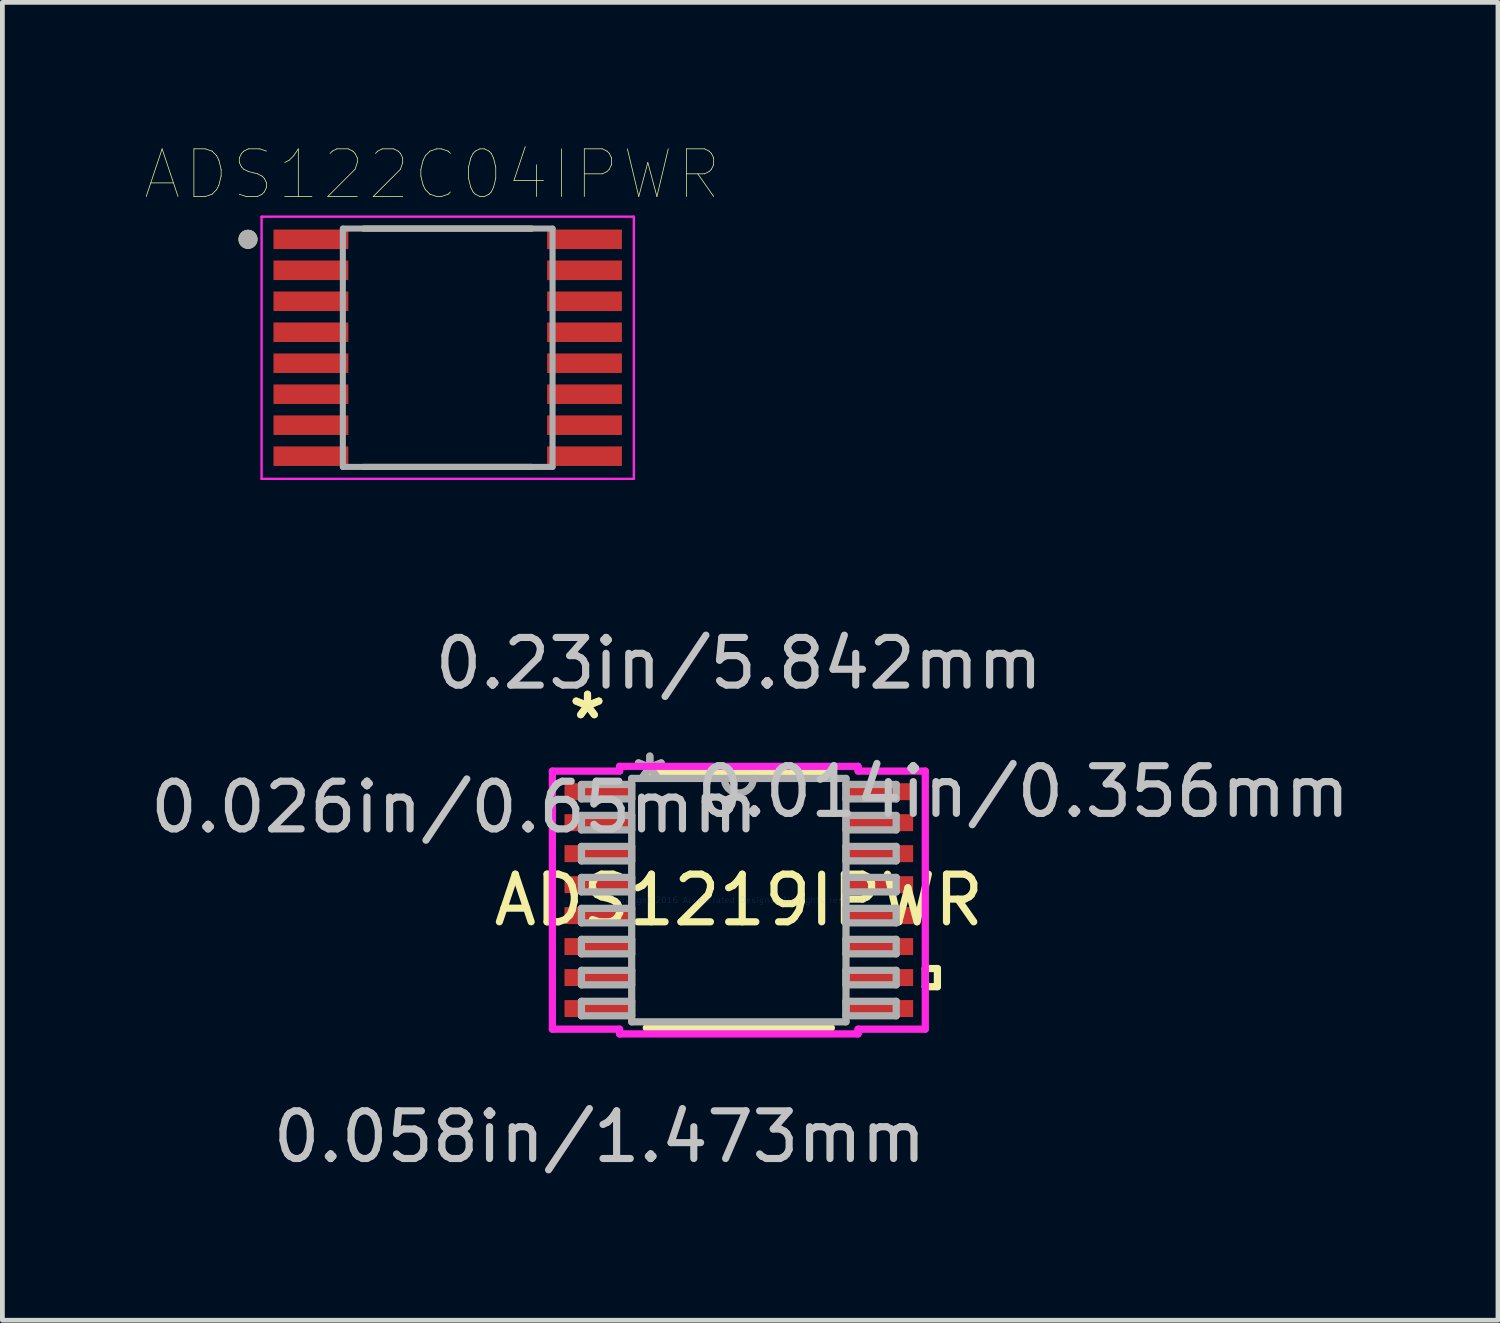
<source format=kicad_pcb>
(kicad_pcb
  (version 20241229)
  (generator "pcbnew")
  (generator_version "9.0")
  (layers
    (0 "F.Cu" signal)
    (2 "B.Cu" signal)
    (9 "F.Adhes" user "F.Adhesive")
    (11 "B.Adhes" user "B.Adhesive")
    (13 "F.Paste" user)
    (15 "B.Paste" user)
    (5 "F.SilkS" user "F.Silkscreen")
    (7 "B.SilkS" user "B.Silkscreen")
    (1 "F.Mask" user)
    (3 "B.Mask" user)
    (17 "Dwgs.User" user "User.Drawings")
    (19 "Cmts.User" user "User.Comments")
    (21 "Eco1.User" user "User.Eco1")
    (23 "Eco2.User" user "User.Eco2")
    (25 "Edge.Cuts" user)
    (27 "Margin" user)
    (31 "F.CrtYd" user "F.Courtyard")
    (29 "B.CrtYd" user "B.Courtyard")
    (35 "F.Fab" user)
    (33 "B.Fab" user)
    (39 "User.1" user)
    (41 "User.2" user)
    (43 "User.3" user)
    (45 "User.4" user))
  (footprint "ADS122C04IPWR"
    (layer "F.Cu")
    (at 6.343 4.246)
    (property "Reference" "ADS122C04IPWR" (at -0.325 -3.635 0) (layer "F.SilkS") (effects (font (size 1 1) (thickness 0.015))))
    (attr through_hole)
    (fp_line (start -1.765 -2.5) (end 1.765 -2.5) (stroke (width 0.127) (type solid)) (layer "F.SilkS"))
    (fp_line (start 1.765 2.5) (end -1.765 2.5) (stroke (width 0.127) (type solid)) (layer "F.SilkS"))
    (fp_circle (center -4.19 -2.275) (end -4.09 -2.275) (stroke (width 0.2) (type solid)) (fill no) (layer "F.SilkS"))
    (fp_line (start -3.905 -2.75) (end -3.905 2.75) (stroke (width 0.05) (type solid)) (layer "F.CrtYd"))
    (fp_line (start -3.905 -2.75) (end 3.905 -2.75) (stroke (width 0.05) (type solid)) (layer "F.CrtYd"))
    (fp_line (start -3.905 2.75) (end 3.905 2.75) (stroke (width 0.05) (type solid)) (layer "F.CrtYd"))
    (fp_line (start 3.905 -2.75) (end 3.905 2.75) (stroke (width 0.05) (type solid)) (layer "F.CrtYd"))
    (fp_line (start -2.2 -2.5) (end -2.2 2.5) (stroke (width 0.127) (type solid)) (layer "F.Fab"))
    (fp_line (start -2.2 -2.5) (end 2.2 -2.5) (stroke (width 0.127) (type solid)) (layer "F.Fab"))
    (fp_line (start -2.2 2.5) (end 2.2 2.5) (stroke (width 0.127) (type solid)) (layer "F.Fab"))
    (fp_line (start 2.2 -2.5) (end 2.2 2.5) (stroke (width 0.127) (type solid)) (layer "F.Fab"))
    (fp_circle (center -4.19 -2.275) (end -4.09 -2.275) (stroke (width 0.2) (type solid)) (fill no) (layer "F.Fab"))
    (pad "1" smd rect (at -2.87 -2.275) (size 1.57 0.41) (layers "F.Cu" "F.Mask" "F.Paste"))
    (pad "2" smd rect (at -2.87 -1.625) (size 1.57 0.41) (layers "F.Cu" "F.Mask" "F.Paste"))
    (pad "3" smd rect (at -2.87 -0.975) (size 1.57 0.41) (layers "F.Cu" "F.Mask" "F.Paste"))
    (pad "4" smd rect (at -2.87 -0.325) (size 1.57 0.41) (layers "F.Cu" "F.Mask" "F.Paste"))
    (pad "5" smd rect (at -2.87 0.325) (size 1.57 0.41) (layers "F.Cu" "F.Mask" "F.Paste"))
    (pad "6" smd rect (at -2.87 0.975) (size 1.57 0.41) (layers "F.Cu" "F.Mask" "F.Paste"))
    (pad "7" smd rect (at -2.87 1.625) (size 1.57 0.41) (layers "F.Cu" "F.Mask" "F.Paste"))
    (pad "8" smd rect (at -2.87 2.275) (size 1.57 0.41) (layers "F.Cu" "F.Mask" "F.Paste"))
    (pad "9" smd rect (at 2.87 2.275) (size 1.57 0.41) (layers "F.Cu" "F.Mask" "F.Paste"))
    (pad "10" smd rect (at 2.87 1.625) (size 1.57 0.41) (layers "F.Cu" "F.Mask" "F.Paste"))
    (pad "11" smd rect (at 2.87 0.975) (size 1.57 0.41) (layers "F.Cu" "F.Mask" "F.Paste"))
    (pad "12" smd rect (at 2.87 0.325) (size 1.57 0.41) (layers "F.Cu" "F.Mask" "F.Paste"))
    (pad "13" smd rect (at 2.87 -0.325) (size 1.57 0.41) (layers "F.Cu" "F.Mask" "F.Paste"))
    (pad "14" smd rect (at 2.87 -0.975) (size 1.57 0.41) (layers "F.Cu" "F.Mask" "F.Paste"))
    (pad "15" smd rect (at 2.87 -1.625) (size 1.57 0.41) (layers "F.Cu" "F.Mask" "F.Paste"))
    (pad "16" smd rect (at 2.87 -2.275) (size 1.57 0.41) (layers "F.Cu" "F.Mask" "F.Paste")))
  (footprint "ADS1219IPWR"
    (layer "F.Cu")
    (at 12.451 15.835)
    (property "Reference" "ADS1219IPWR" (at 0 0 0) (layer "F.SilkS") (effects (font (size 1 1) (thickness 0.15))))
    (attr through_hole)
    (fp_line (start -1.941 2.68) (end 1.941 2.68) (stroke (width 0.152) (type solid)) (layer "F.SilkS"))
    (fp_line (start 1.941 -2.68) (end -1.941 -2.68) (stroke (width 0.152) (type solid)) (layer "F.SilkS"))
    (fp_line (start 3.912 1.435) (end 4.166 1.435) (stroke (width 0.152) (type solid)) (layer "F.SilkS"))
    (fp_line (start 3.912 1.816) (end 3.912 1.435) (stroke (width 0.152) (type solid)) (layer "F.SilkS"))
    (fp_line (start 4.166 1.435) (end 4.166 1.816) (stroke (width 0.152) (type solid)) (layer "F.SilkS"))
    (fp_line (start 4.166 1.816) (end 3.912 1.816) (stroke (width 0.152) (type solid)) (layer "F.SilkS"))
    (fp_line (start -3.912 -2.707) (end -2.502 -2.707) (stroke (width 0.152) (type solid)) (layer "F.CrtYd"))
    (fp_line (start -3.912 2.707) (end -3.912 -2.707) (stroke (width 0.152) (type solid)) (layer "F.CrtYd"))
    (fp_line (start -2.502 -2.807) (end 2.502 -2.807) (stroke (width 0.152) (type solid)) (layer "F.CrtYd"))
    (fp_line (start -2.502 -2.707) (end -2.502 -2.807) (stroke (width 0.152) (type solid)) (layer "F.CrtYd"))
    (fp_line (start -2.502 2.707) (end -3.912 2.707) (stroke (width 0.152) (type solid)) (layer "F.CrtYd"))
    (fp_line (start -2.502 2.807) (end -2.502 2.707) (stroke (width 0.152) (type solid)) (layer "F.CrtYd"))
    (fp_line (start 2.502 -2.807) (end 2.502 -2.707) (stroke (width 0.152) (type solid)) (layer "F.CrtYd"))
    (fp_line (start 2.502 -2.707) (end 3.912 -2.707) (stroke (width 0.152) (type solid)) (layer "F.CrtYd"))
    (fp_line (start 2.502 2.707) (end 2.502 2.807) (stroke (width 0.152) (type solid)) (layer "F.CrtYd"))
    (fp_line (start 2.502 2.807) (end -2.502 2.807) (stroke (width 0.152) (type solid)) (layer "F.CrtYd"))
    (fp_line (start 3.912 -2.707) (end 3.912 2.707) (stroke (width 0.152) (type solid)) (layer "F.CrtYd"))
    (fp_line (start 3.912 2.707) (end 2.502 2.707) (stroke (width 0.152) (type solid)) (layer "F.CrtYd"))
    (fp_line (start -3.302 -2.427) (end -3.302 -2.123) (stroke (width 0.152) (type solid)) (layer "F.Fab"))
    (fp_line (start -3.302 -2.123) (end -2.248 -2.123) (stroke (width 0.152) (type solid)) (layer "F.Fab"))
    (fp_line (start -3.302 -1.777) (end -3.302 -1.473) (stroke (width 0.152) (type solid)) (layer "F.Fab"))
    (fp_line (start -3.302 -1.473) (end -2.248 -1.473) (stroke (width 0.152) (type solid)) (layer "F.Fab"))
    (fp_line (start -3.302 -1.127) (end -3.302 -0.823) (stroke (width 0.152) (type solid)) (layer "F.Fab"))
    (fp_line (start -3.302 -0.823) (end -2.248 -0.823) (stroke (width 0.152) (type solid)) (layer "F.Fab"))
    (fp_line (start -3.302 -0.477) (end -3.302 -0.173) (stroke (width 0.152) (type solid)) (layer "F.Fab"))
    (fp_line (start -3.302 -0.173) (end -2.248 -0.173) (stroke (width 0.152) (type solid)) (layer "F.Fab"))
    (fp_line (start -3.302 0.173) (end -3.302 0.477) (stroke (width 0.152) (type solid)) (layer "F.Fab"))
    (fp_line (start -3.302 0.477) (end -2.248 0.477) (stroke (width 0.152) (type solid)) (layer "F.Fab"))
    (fp_line (start -3.302 0.823) (end -3.302 1.127) (stroke (width 0.152) (type solid)) (layer "F.Fab"))
    (fp_line (start -3.302 1.127) (end -2.248 1.127) (stroke (width 0.152) (type solid)) (layer "F.Fab"))
    (fp_line (start -3.302 1.473) (end -3.302 1.777) (stroke (width 0.152) (type solid)) (layer "F.Fab"))
    (fp_line (start -3.302 1.777) (end -2.248 1.777) (stroke (width 0.152) (type solid)) (layer "F.Fab"))
    (fp_line (start -3.302 2.123) (end -3.302 2.427) (stroke (width 0.152) (type solid)) (layer "F.Fab"))
    (fp_line (start -3.302 2.427) (end -2.248 2.427) (stroke (width 0.152) (type solid)) (layer "F.Fab"))
    (fp_line (start -2.248 -2.553) (end -2.248 2.553) (stroke (width 0.152) (type solid)) (layer "F.Fab"))
    (fp_line (start -2.248 -2.427) (end -3.302 -2.427) (stroke (width 0.152) (type solid)) (layer "F.Fab"))
    (fp_line (start -2.248 -2.123) (end -2.248 -2.427) (stroke (width 0.152) (type solid)) (layer "F.Fab"))
    (fp_line (start -2.248 -1.777) (end -3.302 -1.777) (stroke (width 0.152) (type solid)) (layer "F.Fab"))
    (fp_line (start -2.248 -1.473) (end -2.248 -1.777) (stroke (width 0.152) (type solid)) (layer "F.Fab"))
    (fp_line (start -2.248 -1.127) (end -3.302 -1.127) (stroke (width 0.152) (type solid)) (layer "F.Fab"))
    (fp_line (start -2.248 -0.823) (end -2.248 -1.127) (stroke (width 0.152) (type solid)) (layer "F.Fab"))
    (fp_line (start -2.248 -0.477) (end -3.302 -0.477) (stroke (width 0.152) (type solid)) (layer "F.Fab"))
    (fp_line (start -2.248 -0.173) (end -2.248 -0.477) (stroke (width 0.152) (type solid)) (layer "F.Fab"))
    (fp_line (start -2.248 0.173) (end -3.302 0.173) (stroke (width 0.152) (type solid)) (layer "F.Fab"))
    (fp_line (start -2.248 0.477) (end -2.248 0.173) (stroke (width 0.152) (type solid)) (layer "F.Fab"))
    (fp_line (start -2.248 0.823) (end -3.302 0.823) (stroke (width 0.152) (type solid)) (layer "F.Fab"))
    (fp_line (start -2.248 1.127) (end -2.248 0.823) (stroke (width 0.152) (type solid)) (layer "F.Fab"))
    (fp_line (start -2.248 1.473) (end -3.302 1.473) (stroke (width 0.152) (type solid)) (layer "F.Fab"))
    (fp_line (start -2.248 1.777) (end -2.248 1.473) (stroke (width 0.152) (type solid)) (layer "F.Fab"))
    (fp_line (start -2.248 2.123) (end -3.302 2.123) (stroke (width 0.152) (type solid)) (layer "F.Fab"))
    (fp_line (start -2.248 2.427) (end -2.248 2.123) (stroke (width 0.152) (type solid)) (layer "F.Fab"))
    (fp_line (start -2.248 2.553) (end 2.248 2.553) (stroke (width 0.152) (type solid)) (layer "F.Fab"))
    (fp_line (start 2.248 -2.553) (end -2.248 -2.553) (stroke (width 0.152) (type solid)) (layer "F.Fab"))
    (fp_line (start 2.248 -2.427) (end 2.248 -2.123) (stroke (width 0.152) (type solid)) (layer "F.Fab"))
    (fp_line (start 2.248 -2.123) (end 3.302 -2.123) (stroke (width 0.152) (type solid)) (layer "F.Fab"))
    (fp_line (start 2.248 -1.777) (end 2.248 -1.473) (stroke (width 0.152) (type solid)) (layer "F.Fab"))
    (fp_line (start 2.248 -1.473) (end 3.302 -1.473) (stroke (width 0.152) (type solid)) (layer "F.Fab"))
    (fp_line (start 2.248 -1.127) (end 2.248 -0.823) (stroke (width 0.152) (type solid)) (layer "F.Fab"))
    (fp_line (start 2.248 -0.823) (end 3.302 -0.823) (stroke (width 0.152) (type solid)) (layer "F.Fab"))
    (fp_line (start 2.248 -0.477) (end 2.248 -0.173) (stroke (width 0.152) (type solid)) (layer "F.Fab"))
    (fp_line (start 2.248 -0.173) (end 3.302 -0.173) (stroke (width 0.152) (type solid)) (layer "F.Fab"))
    (fp_line (start 2.248 0.173) (end 2.248 0.477) (stroke (width 0.152) (type solid)) (layer "F.Fab"))
    (fp_line (start 2.248 0.477) (end 3.302 0.477) (stroke (width 0.152) (type solid)) (layer "F.Fab"))
    (fp_line (start 2.248 0.823) (end 2.248 1.127) (stroke (width 0.152) (type solid)) (layer "F.Fab"))
    (fp_line (start 2.248 1.127) (end 3.302 1.127) (stroke (width 0.152) (type solid)) (layer "F.Fab"))
    (fp_line (start 2.248 1.473) (end 2.248 1.777) (stroke (width 0.152) (type solid)) (layer "F.Fab"))
    (fp_line (start 2.248 1.777) (end 3.302 1.777) (stroke (width 0.152) (type solid)) (layer "F.Fab"))
    (fp_line (start 2.248 2.123) (end 2.248 2.427) (stroke (width 0.152) (type solid)) (layer "F.Fab"))
    (fp_line (start 2.248 2.427) (end 3.302 2.427) (stroke (width 0.152) (type solid)) (layer "F.Fab"))
    (fp_line (start 2.248 2.553) (end 2.248 -2.553) (stroke (width 0.152) (type solid)) (layer "F.Fab"))
    (fp_line (start 3.302 -2.427) (end 2.248 -2.427) (stroke (width 0.152) (type solid)) (layer "F.Fab"))
    (fp_line (start 3.302 -2.123) (end 3.302 -2.427) (stroke (width 0.152) (type solid)) (layer "F.Fab"))
    (fp_line (start 3.302 -1.777) (end 2.248 -1.777) (stroke (width 0.152) (type solid)) (layer "F.Fab"))
    (fp_line (start 3.302 -1.473) (end 3.302 -1.777) (stroke (width 0.152) (type solid)) (layer "F.Fab"))
    (fp_line (start 3.302 -1.127) (end 2.248 -1.127) (stroke (width 0.152) (type solid)) (layer "F.Fab"))
    (fp_line (start 3.302 -0.823) (end 3.302 -1.127) (stroke (width 0.152) (type solid)) (layer "F.Fab"))
    (fp_line (start 3.302 -0.477) (end 2.248 -0.477) (stroke (width 0.152) (type solid)) (layer "F.Fab"))
    (fp_line (start 3.302 -0.173) (end 3.302 -0.477) (stroke (width 0.152) (type solid)) (layer "F.Fab"))
    (fp_line (start 3.302 0.173) (end 2.248 0.173) (stroke (width 0.152) (type solid)) (layer "F.Fab"))
    (fp_line (start 3.302 0.477) (end 3.302 0.173) (stroke (width 0.152) (type solid)) (layer "F.Fab"))
    (fp_line (start 3.302 0.823) (end 2.248 0.823) (stroke (width 0.152) (type solid)) (layer "F.Fab"))
    (fp_line (start 3.302 1.127) (end 3.302 0.823) (stroke (width 0.152) (type solid)) (layer "F.Fab"))
    (fp_line (start 3.302 1.473) (end 2.248 1.473) (stroke (width 0.152) (type solid)) (layer "F.Fab"))
    (fp_line (start 3.302 1.777) (end 3.302 1.473) (stroke (width 0.152) (type solid)) (layer "F.Fab"))
    (fp_line (start 3.302 2.123) (end 2.248 2.123) (stroke (width 0.152) (type solid)) (layer "F.Fab"))
    (fp_line (start 3.302 2.427) (end 3.302 2.123) (stroke (width 0.152) (type solid)) (layer "F.Fab"))
    (fp_arc (start 0.3048 -2.5527) (mid 0 -2.2479) (end -0.3048 -2.5527) (stroke (width 0.1524) (type solid)) (layer "F.Fab"))
    (fp_text user "*" (at -3.175 -3.774 0) (layer "F.SilkS") (effects (font (size 1 1) (thickness 0.15))))
    (fp_text user "*" (at -3.175 -3.774 0) (layer "F.SilkS") (effects (font (size 1 1) (thickness 0.15))))
    (fp_text user "0.058in/1.473mm" (at -2.921 4.966 0) (layer "Dwgs.User") (effects (font (size 1 1) (thickness 0.15))))
    (fp_text user "0.026in/0.65mm" (at -5.969 -1.95 0) (layer "Dwgs.User") (effects (font (size 1 1) (thickness 0.15))))
    (fp_text user "0.23in/5.842mm" (at 0 -4.966 0) (layer "Dwgs.User") (effects (font (size 1 1) (thickness 0.15))))
    (fp_text user "0.014in/0.356mm" (at 5.969 -2.275 0) (layer "Dwgs.User") (effects (font (size 1 1) (thickness 0.15))))
    (fp_text user "Copyright 2016 Accelerated Designs. All rights reserved." (at 0 0 0) (layer "Cmts.User") (effects (font (size 0.127 0.127) (thickness 0.002))))
    (fp_text user "*" (at -1.867 -2.477 0) (layer "F.Fab") (effects (font (size 1 1) (thickness 0.15))))
    (fp_text user "*" (at -1.867 -2.477 0) (layer "F.Fab") (effects (font (size 1 1) (thickness 0.15))))
    (pad "1" smd rect (at -2.921 -2.275) (size 1.473 0.356) (layers "F.Cu" "F.Mask" "F.Paste"))
    (pad "2" smd rect (at -2.921 -1.625) (size 1.473 0.356) (layers "F.Cu" "F.Mask" "F.Paste"))
    (pad "3" smd rect (at -2.921 -0.975) (size 1.473 0.356) (layers "F.Cu" "F.Mask" "F.Paste"))
    (pad "4" smd rect (at -2.921 -0.325) (size 1.473 0.356) (layers "F.Cu" "F.Mask" "F.Paste"))
    (pad "5" smd rect (at -2.921 0.325) (size 1.473 0.356) (layers "F.Cu" "F.Mask" "F.Paste"))
    (pad "6" smd rect (at -2.921 0.975) (size 1.473 0.356) (layers "F.Cu" "F.Mask" "F.Paste"))
    (pad "7" smd rect (at -2.921 1.625) (size 1.473 0.356) (layers "F.Cu" "F.Mask" "F.Paste"))
    (pad "8" smd rect (at -2.921 2.275) (size 1.473 0.356) (layers "F.Cu" "F.Mask" "F.Paste"))
    (pad "9" smd rect (at 2.921 2.275) (size 1.473 0.356) (layers "F.Cu" "F.Mask" "F.Paste"))
    (pad "10" smd rect (at 2.921 1.625) (size 1.473 0.356) (layers "F.Cu" "F.Mask" "F.Paste"))
    (pad "11" smd rect (at 2.921 0.975) (size 1.473 0.356) (layers "F.Cu" "F.Mask" "F.Paste"))
    (pad "12" smd rect (at 2.921 0.325) (size 1.473 0.356) (layers "F.Cu" "F.Mask" "F.Paste"))
    (pad "13" smd rect (at 2.921 -0.325) (size 1.473 0.356) (layers "F.Cu" "F.Mask" "F.Paste"))
    (pad "14" smd rect (at 2.921 -0.975) (size 1.473 0.356) (layers "F.Cu" "F.Mask" "F.Paste"))
    (pad "15" smd rect (at 2.921 -1.625) (size 1.473 0.356) (layers "F.Cu" "F.Mask" "F.Paste"))
    (pad "16" smd rect (at 2.921 -2.275) (size 1.473 0.356) (layers "F.Cu" "F.Mask" "F.Paste")))
  (gr_rect
    (start -3 -3)
    (end 28.378 24.649)
    (stroke (width 0.1) (type default))
    (fill no)
    (layer "Edge.Cuts")))
</source>
